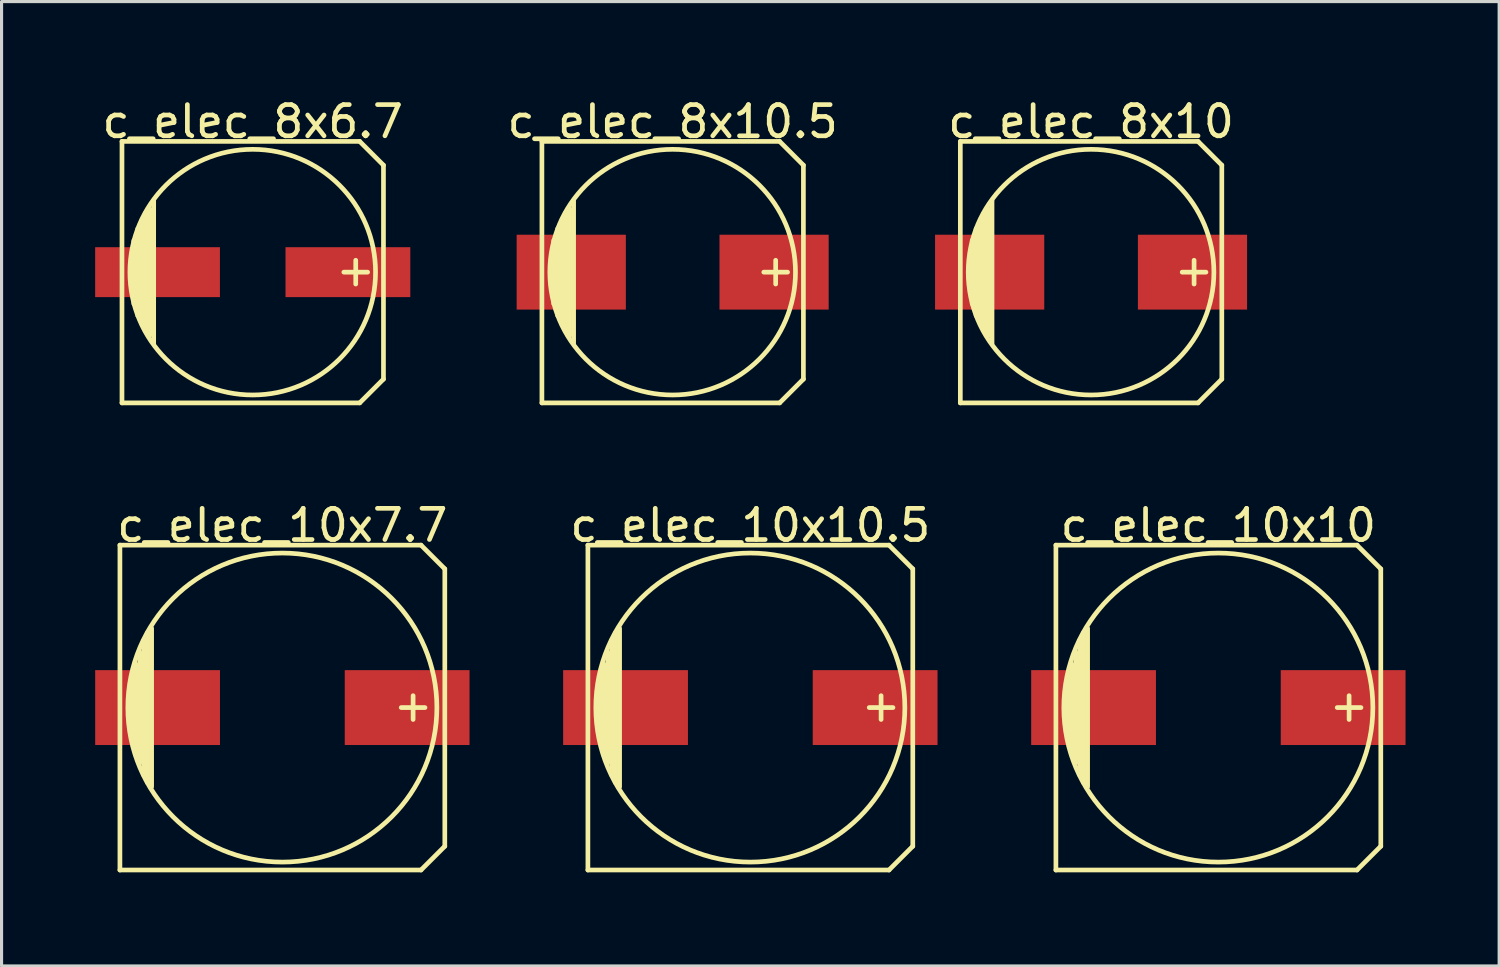
<source format=kicad_pcb>
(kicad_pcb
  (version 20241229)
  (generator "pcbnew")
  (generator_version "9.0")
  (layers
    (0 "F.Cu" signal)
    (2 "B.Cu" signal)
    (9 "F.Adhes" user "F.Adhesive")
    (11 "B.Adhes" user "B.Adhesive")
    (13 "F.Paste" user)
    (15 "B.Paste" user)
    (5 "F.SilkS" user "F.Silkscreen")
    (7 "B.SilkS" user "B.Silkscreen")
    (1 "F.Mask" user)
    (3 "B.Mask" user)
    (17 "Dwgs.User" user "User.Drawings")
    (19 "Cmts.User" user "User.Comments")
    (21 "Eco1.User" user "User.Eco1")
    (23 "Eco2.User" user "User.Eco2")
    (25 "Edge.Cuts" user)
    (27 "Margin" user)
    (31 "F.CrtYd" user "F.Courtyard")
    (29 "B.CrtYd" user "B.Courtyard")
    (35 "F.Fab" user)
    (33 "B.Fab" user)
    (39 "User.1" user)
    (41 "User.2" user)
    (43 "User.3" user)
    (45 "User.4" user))
  (footprint "c_elec_8x10"
    (layer "F.Cu")
    (at 31.924 5.674)
    (property "Reference" "c_elec_8x10" (at 0 -4.826 0) (layer "F.SilkS") (effects (font (size 1 1) (thickness 0.15))))
    (attr through_hole)
    (fp_line (start -4.191 -4.191) (end -4.191 4.191) (stroke (width 0.15) (type solid)) (layer "F.SilkS"))
    (fp_line (start -4.191 4.191) (end 3.429 4.191) (stroke (width 0.15) (type solid)) (layer "F.SilkS"))
    (fp_line (start -3.81 -1.016) (end -3.81 1.016) (stroke (width 0.15) (type solid)) (layer "F.SilkS"))
    (fp_line (start -3.683 1.397) (end -3.683 -1.397) (stroke (width 0.15) (type solid)) (layer "F.SilkS"))
    (fp_line (start -3.556 -1.651) (end -3.556 1.651) (stroke (width 0.15) (type solid)) (layer "F.SilkS"))
    (fp_line (start -3.429 1.905) (end -3.429 -1.905) (stroke (width 0.15) (type solid)) (layer "F.SilkS"))
    (fp_line (start -3.302 2.032) (end -3.302 -2.032) (stroke (width 0.15) (type solid)) (layer "F.SilkS"))
    (fp_line (start -3.175 -2.286) (end -3.175 2.286) (stroke (width 0.15) (type solid)) (layer "F.SilkS"))
    (fp_line (start 3.302 -0.381) (end 3.302 0.381) (stroke (width 0.15) (type solid)) (layer "F.SilkS"))
    (fp_line (start 3.429 -4.191) (end -4.191 -4.191) (stroke (width 0.15) (type solid)) (layer "F.SilkS"))
    (fp_line (start 3.429 4.191) (end 4.191 3.429) (stroke (width 0.15) (type solid)) (layer "F.SilkS"))
    (fp_line (start 3.683 0) (end 2.921 0) (stroke (width 0.15) (type solid)) (layer "F.SilkS"))
    (fp_line (start 4.191 -3.429) (end 3.429 -4.191) (stroke (width 0.15) (type solid)) (layer "F.SilkS"))
    (fp_line (start 4.191 3.429) (end 4.191 -3.429) (stroke (width 0.15) (type solid)) (layer "F.SilkS"))
    (fp_circle (center 0 0) (end 3.937 0) (stroke (width 0.15) (type solid)) (fill no) (layer "F.SilkS"))
    (pad "1" smd rect (at 3.251 0) (size 3.5 2.4) (layers "F.Cu" "F.Mask" "F.Paste"))
    (pad "2" smd rect (at -3.251 0) (size 3.5 2.4) (layers "F.Cu" "F.Mask" "F.Paste")))
  (footprint "c_elec_8x10.5"
    (layer "F.Cu")
    (at 18.512 5.674)
    (property "Reference" "c_elec_8x10.5" (at 0 -4.826 0) (layer "F.SilkS") (effects (font (size 1 1) (thickness 0.15))))
    (attr through_hole)
    (fp_line (start -4.191 -4.191) (end -4.191 4.191) (stroke (width 0.15) (type solid)) (layer "F.SilkS"))
    (fp_line (start -4.191 4.191) (end 3.429 4.191) (stroke (width 0.15) (type solid)) (layer "F.SilkS"))
    (fp_line (start -3.81 -1.016) (end -3.81 1.016) (stroke (width 0.15) (type solid)) (layer "F.SilkS"))
    (fp_line (start -3.683 1.397) (end -3.683 -1.397) (stroke (width 0.15) (type solid)) (layer "F.SilkS"))
    (fp_line (start -3.556 -1.651) (end -3.556 1.651) (stroke (width 0.15) (type solid)) (layer "F.SilkS"))
    (fp_line (start -3.429 1.905) (end -3.429 -1.905) (stroke (width 0.15) (type solid)) (layer "F.SilkS"))
    (fp_line (start -3.302 2.032) (end -3.302 -2.032) (stroke (width 0.15) (type solid)) (layer "F.SilkS"))
    (fp_line (start -3.175 -2.286) (end -3.175 2.286) (stroke (width 0.15) (type solid)) (layer "F.SilkS"))
    (fp_line (start 3.302 -0.381) (end 3.302 0.381) (stroke (width 0.15) (type solid)) (layer "F.SilkS"))
    (fp_line (start 3.429 -4.191) (end -4.191 -4.191) (stroke (width 0.15) (type solid)) (layer "F.SilkS"))
    (fp_line (start 3.429 4.191) (end 4.191 3.429) (stroke (width 0.15) (type solid)) (layer "F.SilkS"))
    (fp_line (start 3.683 0) (end 2.921 0) (stroke (width 0.15) (type solid)) (layer "F.SilkS"))
    (fp_line (start 4.191 -3.429) (end 3.429 -4.191) (stroke (width 0.15) (type solid)) (layer "F.SilkS"))
    (fp_line (start 4.191 3.429) (end 4.191 -3.429) (stroke (width 0.15) (type solid)) (layer "F.SilkS"))
    (fp_circle (center 0 0) (end 3.937 0) (stroke (width 0.15) (type solid)) (fill no) (layer "F.SilkS"))
    (pad "1" smd rect (at 3.251 0) (size 3.5 2.4) (layers "F.Cu" "F.Mask" "F.Paste"))
    (pad "2" smd rect (at -3.251 0) (size 3.5 2.4) (layers "F.Cu" "F.Mask" "F.Paste")))
  (footprint "c_elec_10x10"
    (layer "F.Cu")
    (at 36.004 19.631)
    (property "Reference" "c_elec_10x10" (at 0 -5.842 0) (layer "F.SilkS") (effects (font (size 1 1) (thickness 0.15))))
    (attr through_hole)
    (fp_line (start -5.207 -5.207) (end -5.207 5.207) (stroke (width 0.15) (type solid)) (layer "F.SilkS"))
    (fp_line (start -5.207 5.207) (end 4.445 5.207) (stroke (width 0.15) (type solid)) (layer "F.SilkS"))
    (fp_line (start -4.826 1.016) (end -4.826 -1.016) (stroke (width 0.15) (type solid)) (layer "F.SilkS"))
    (fp_line (start -4.699 -1.397) (end -4.699 1.524) (stroke (width 0.15) (type solid)) (layer "F.SilkS"))
    (fp_line (start -4.572 1.778) (end -4.572 -1.778) (stroke (width 0.15) (type solid)) (layer "F.SilkS"))
    (fp_line (start -4.445 -2.159) (end -4.445 2.159) (stroke (width 0.15) (type solid)) (layer "F.SilkS"))
    (fp_line (start -4.318 2.413) (end -4.318 -2.413) (stroke (width 0.15) (type solid)) (layer "F.SilkS"))
    (fp_line (start -4.191 -2.54) (end -4.191 2.54) (stroke (width 0.15) (type solid)) (layer "F.SilkS"))
    (fp_line (start 4.191 -0.381) (end 4.191 0.381) (stroke (width 0.15) (type solid)) (layer "F.SilkS"))
    (fp_line (start 4.445 -5.207) (end -5.207 -5.207) (stroke (width 0.15) (type solid)) (layer "F.SilkS"))
    (fp_line (start 4.445 5.207) (end 5.207 4.445) (stroke (width 0.15) (type solid)) (layer "F.SilkS"))
    (fp_line (start 4.572 0) (end 3.81 0) (stroke (width 0.15) (type solid)) (layer "F.SilkS"))
    (fp_line (start 5.207 -4.445) (end 4.445 -5.207) (stroke (width 0.15) (type solid)) (layer "F.SilkS"))
    (fp_line (start 5.207 4.445) (end 5.207 -4.445) (stroke (width 0.15) (type solid)) (layer "F.SilkS"))
    (fp_circle (center 0 0) (end 4.953 0) (stroke (width 0.15) (type solid)) (fill no) (layer "F.SilkS"))
    (pad "1" smd rect (at 4 0) (size 4 2.4) (layers "F.Cu" "F.Mask" "F.Paste"))
    (pad "2" smd rect (at -4 0) (size 4 2.4) (layers "F.Cu" "F.Mask" "F.Paste")))
  (footprint "c_elec_10x10.5"
    (layer "F.Cu")
    (at 21.002 19.631)
    (property "Reference" "c_elec_10x10.5" (at 0 -5.842 0) (layer "F.SilkS") (effects (font (size 1 1) (thickness 0.15))))
    (attr through_hole)
    (fp_line (start -5.207 -5.207) (end -5.207 5.207) (stroke (width 0.15) (type solid)) (layer "F.SilkS"))
    (fp_line (start -5.207 5.207) (end 4.445 5.207) (stroke (width 0.15) (type solid)) (layer "F.SilkS"))
    (fp_line (start -4.826 1.016) (end -4.826 -1.016) (stroke (width 0.15) (type solid)) (layer "F.SilkS"))
    (fp_line (start -4.699 -1.397) (end -4.699 1.524) (stroke (width 0.15) (type solid)) (layer "F.SilkS"))
    (fp_line (start -4.572 1.778) (end -4.572 -1.778) (stroke (width 0.15) (type solid)) (layer "F.SilkS"))
    (fp_line (start -4.445 -2.159) (end -4.445 2.159) (stroke (width 0.15) (type solid)) (layer "F.SilkS"))
    (fp_line (start -4.318 2.413) (end -4.318 -2.413) (stroke (width 0.15) (type solid)) (layer "F.SilkS"))
    (fp_line (start -4.191 -2.54) (end -4.191 2.54) (stroke (width 0.15) (type solid)) (layer "F.SilkS"))
    (fp_line (start 4.191 -0.381) (end 4.191 0.381) (stroke (width 0.15) (type solid)) (layer "F.SilkS"))
    (fp_line (start 4.445 -5.207) (end -5.207 -5.207) (stroke (width 0.15) (type solid)) (layer "F.SilkS"))
    (fp_line (start 4.445 5.207) (end 5.207 4.445) (stroke (width 0.15) (type solid)) (layer "F.SilkS"))
    (fp_line (start 4.572 0) (end 3.81 0) (stroke (width 0.15) (type solid)) (layer "F.SilkS"))
    (fp_line (start 5.207 -4.445) (end 4.445 -5.207) (stroke (width 0.15) (type solid)) (layer "F.SilkS"))
    (fp_line (start 5.207 4.445) (end 5.207 -4.445) (stroke (width 0.15) (type solid)) (layer "F.SilkS"))
    (fp_circle (center 0 0) (end 4.953 0) (stroke (width 0.15) (type solid)) (fill no) (layer "F.SilkS"))
    (pad "1" smd rect (at 4 0) (size 4 2.4) (layers "F.Cu" "F.Mask" "F.Paste"))
    (pad "2" smd rect (at -4 0) (size 4 2.4) (layers "F.Cu" "F.Mask" "F.Paste")))
  (footprint "c_elec_8x6.7"
    (layer "F.Cu")
    (at 5.051 5.674)
    (property "Reference" "c_elec_8x6.7" (at 0 -4.826 0) (layer "F.SilkS") (effects (font (size 1 1) (thickness 0.15))))
    (attr through_hole)
    (fp_line (start -4.191 -4.191) (end -4.191 4.191) (stroke (width 0.15) (type solid)) (layer "F.SilkS"))
    (fp_line (start -4.191 4.191) (end 3.429 4.191) (stroke (width 0.15) (type solid)) (layer "F.SilkS"))
    (fp_line (start -3.81 -1.016) (end -3.81 1.016) (stroke (width 0.15) (type solid)) (layer "F.SilkS"))
    (fp_line (start -3.683 1.397) (end -3.683 -1.397) (stroke (width 0.15) (type solid)) (layer "F.SilkS"))
    (fp_line (start -3.556 -1.651) (end -3.556 1.651) (stroke (width 0.15) (type solid)) (layer "F.SilkS"))
    (fp_line (start -3.429 1.905) (end -3.429 -1.905) (stroke (width 0.15) (type solid)) (layer "F.SilkS"))
    (fp_line (start -3.302 2.032) (end -3.302 -2.032) (stroke (width 0.15) (type solid)) (layer "F.SilkS"))
    (fp_line (start -3.175 -2.286) (end -3.175 2.286) (stroke (width 0.15) (type solid)) (layer "F.SilkS"))
    (fp_line (start 3.302 -0.381) (end 3.302 0.381) (stroke (width 0.15) (type solid)) (layer "F.SilkS"))
    (fp_line (start 3.429 -4.191) (end -4.191 -4.191) (stroke (width 0.15) (type solid)) (layer "F.SilkS"))
    (fp_line (start 3.429 4.191) (end 4.191 3.429) (stroke (width 0.15) (type solid)) (layer "F.SilkS"))
    (fp_line (start 3.683 0) (end 2.921 0) (stroke (width 0.15) (type solid)) (layer "F.SilkS"))
    (fp_line (start 4.191 -3.429) (end 3.429 -4.191) (stroke (width 0.15) (type solid)) (layer "F.SilkS"))
    (fp_line (start 4.191 3.429) (end 4.191 -3.429) (stroke (width 0.15) (type solid)) (layer "F.SilkS"))
    (fp_circle (center 0 0) (end 3.937 0) (stroke (width 0.15) (type solid)) (fill no) (layer "F.SilkS"))
    (pad "1" smd rect (at 3.051 0) (size 4 1.6) (layers "F.Cu" "F.Mask" "F.Paste"))
    (pad "2" smd rect (at -3.051 0) (size 4 1.6) (layers "F.Cu" "F.Mask" "F.Paste")))
  (footprint "c_elec_10x7.7"
    (layer "F.Cu")
    (at 6.001 19.631)
    (property "Reference" "c_elec_10x7.7" (at 0 -5.842 0) (layer "F.SilkS") (effects (font (size 1 1) (thickness 0.15))))
    (attr through_hole)
    (fp_line (start -5.207 -5.207) (end -5.207 5.207) (stroke (width 0.15) (type solid)) (layer "F.SilkS"))
    (fp_line (start -5.207 5.207) (end 4.445 5.207) (stroke (width 0.15) (type solid)) (layer "F.SilkS"))
    (fp_line (start -4.826 1.016) (end -4.826 -1.016) (stroke (width 0.15) (type solid)) (layer "F.SilkS"))
    (fp_line (start -4.699 -1.397) (end -4.699 1.524) (stroke (width 0.15) (type solid)) (layer "F.SilkS"))
    (fp_line (start -4.572 1.778) (end -4.572 -1.778) (stroke (width 0.15) (type solid)) (layer "F.SilkS"))
    (fp_line (start -4.445 -2.159) (end -4.445 2.159) (stroke (width 0.15) (type solid)) (layer "F.SilkS"))
    (fp_line (start -4.318 2.413) (end -4.318 -2.413) (stroke (width 0.15) (type solid)) (layer "F.SilkS"))
    (fp_line (start -4.191 -2.54) (end -4.191 2.54) (stroke (width 0.15) (type solid)) (layer "F.SilkS"))
    (fp_line (start 4.191 -0.381) (end 4.191 0.381) (stroke (width 0.15) (type solid)) (layer "F.SilkS"))
    (fp_line (start 4.445 -5.207) (end -5.207 -5.207) (stroke (width 0.15) (type solid)) (layer "F.SilkS"))
    (fp_line (start 4.445 5.207) (end 5.207 4.445) (stroke (width 0.15) (type solid)) (layer "F.SilkS"))
    (fp_line (start 4.572 0) (end 3.81 0) (stroke (width 0.15) (type solid)) (layer "F.SilkS"))
    (fp_line (start 5.207 -4.445) (end 4.445 -5.207) (stroke (width 0.15) (type solid)) (layer "F.SilkS"))
    (fp_line (start 5.207 4.445) (end 5.207 -4.445) (stroke (width 0.15) (type solid)) (layer "F.SilkS"))
    (fp_circle (center 0 0) (end 4.953 0) (stroke (width 0.15) (type solid)) (fill no) (layer "F.SilkS"))
    (pad "1" smd rect (at 4 0) (size 4 2.4) (layers "F.Cu" "F.Mask" "F.Paste"))
    (pad "2" smd rect (at -4 0) (size 4 2.4) (layers "F.Cu" "F.Mask" "F.Paste")))
  (gr_rect
    (start -3 -3)
    (end 45.005 27.913)
    (stroke (width 0.1) (type default))
    (fill no)
    (layer "Edge.Cuts")))
</source>
